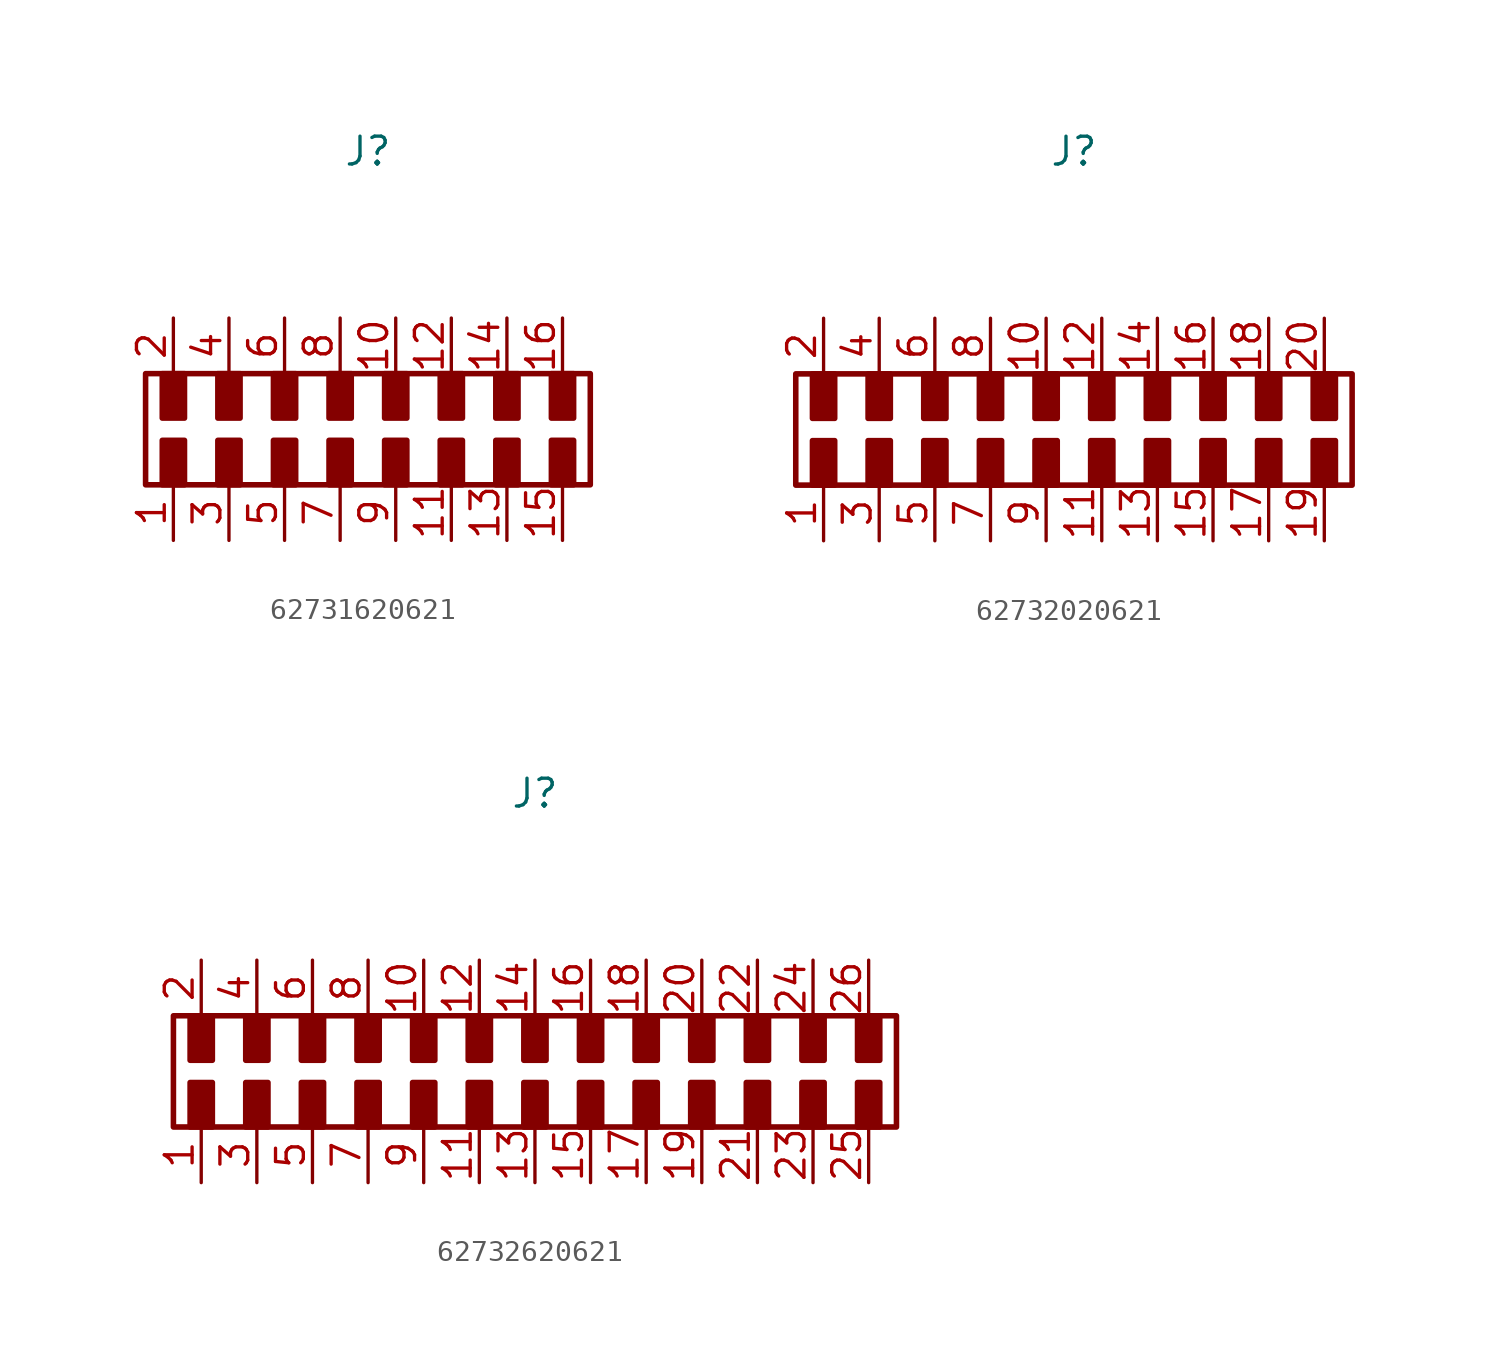
<source format=kicad_sym>
(kicad_symbol_lib
  (version 20241209)
  (generator "kicad_symbol_editor")
  (generator_version "9.0")
  (symbol "62731620621"
    (pin_names
      (hide yes))
    (property "Reference" "J"
      (at 0 12.7 0)
      (effects (font (size 1.27 1.27))))
    (symbol "62731620621_1_1"
      (rectangle (start -10.16 2.54) (end 10.16 -2.54) (stroke (width 0.254) (type solid)) (fill (type none)))
      (rectangle (start -9.398 2.54) (end -8.382 0.508) (stroke (width 0.254) (type solid)) (fill (type outline)))
      (rectangle (start -9.398 -0.508) (end -8.382 -2.54) (stroke (width 0.254) (type solid)) (fill (type outline)))
      (rectangle (start -6.858 2.54) (end -5.842 0.508) (stroke (width 0.254) (type solid)) (fill (type outline)))
      (rectangle (start -6.858 -0.508) (end -5.842 -2.54) (stroke (width 0.254) (type solid)) (fill (type outline)))
      (rectangle (start -4.318 2.54) (end -3.302 0.508) (stroke (width 0.254) (type solid)) (fill (type outline)))
      (rectangle (start -4.318 -0.508) (end -3.302 -2.54) (stroke (width 0.254) (type solid)) (fill (type outline)))
      (rectangle (start -1.778 2.54) (end -0.762 0.508) (stroke (width 0.254) (type solid)) (fill (type outline)))
      (rectangle (start -1.778 -0.508) (end -0.762 -2.54) (stroke (width 0.254) (type solid)) (fill (type outline)))
      (rectangle (start 0.762 2.54) (end 1.778 0.508) (stroke (width 0.254) (type solid)) (fill (type outline)))
      (rectangle (start 0.762 -0.508) (end 1.778 -2.54) (stroke (width 0.254) (type solid)) (fill (type outline)))
      (rectangle (start 3.302 2.54) (end 4.318 0.508) (stroke (width 0.254) (type solid)) (fill (type outline)))
      (rectangle (start 3.302 -0.508) (end 4.318 -2.54) (stroke (width 0.254) (type solid)) (fill (type outline)))
      (rectangle (start 5.842 2.54) (end 6.858 0.508) (stroke (width 0.254) (type solid)) (fill (type outline)))
      (rectangle (start 5.842 -0.508) (end 6.858 -2.54) (stroke (width 0.254) (type solid)) (fill (type outline)))
      (rectangle (start 8.382 2.54) (end 9.398 0.508) (stroke (width 0.254) (type solid)) (fill (type outline)))
      (rectangle (start 8.382 -0.508) (end 9.398 -2.54) (stroke (width 0.254) (type solid)) (fill (type outline)))
      (pin passive line (at -8.89 5.08 270) (length 2.54) (name "2" (effects (font (size 1.27 1.27)))) (number "2" (effects (font (size 1.27 1.27)))))
      (pin passive line (at -8.89 -5.08 90) (length 2.54) (name "1" (effects (font (size 1.27 1.27)))) (number "1" (effects (font (size 1.27 1.27)))))
      (pin passive line (at -6.35 5.08 270) (length 2.54) (name "4" (effects (font (size 1.27 1.27)))) (number "4" (effects (font (size 1.27 1.27)))))
      (pin passive line (at -6.35 -5.08 90) (length 2.54) (name "3" (effects (font (size 1.27 1.27)))) (number "3" (effects (font (size 1.27 1.27)))))
      (pin passive line (at -3.81 5.08 270) (length 2.54) (name "6" (effects (font (size 1.27 1.27)))) (number "6" (effects (font (size 1.27 1.27)))))
      (pin passive line (at -3.81 -5.08 90) (length 2.54) (name "5" (effects (font (size 1.27 1.27)))) (number "5" (effects (font (size 1.27 1.27)))))
      (pin passive line (at -1.27 5.08 270) (length 2.54) (name "8" (effects (font (size 1.27 1.27)))) (number "8" (effects (font (size 1.27 1.27)))))
      (pin passive line (at -1.27 -5.08 90) (length 2.54) (name "7" (effects (font (size 1.27 1.27)))) (number "7" (effects (font (size 1.27 1.27)))))
      (pin passive line (at 1.27 5.08 270) (length 2.54) (name "10" (effects (font (size 1.27 1.27)))) (number "10" (effects (font (size 1.27 1.27)))))
      (pin passive line (at 1.27 -5.08 90) (length 2.54) (name "9" (effects (font (size 1.27 1.27)))) (number "9" (effects (font (size 1.27 1.27)))))
      (pin passive line (at 3.81 5.08 270) (length 2.54) (name "12" (effects (font (size 1.27 1.27)))) (number "12" (effects (font (size 1.27 1.27)))))
      (pin passive line (at 3.81 -5.08 90) (length 2.54) (name "11" (effects (font (size 1.27 1.27)))) (number "11" (effects (font (size 1.27 1.27)))))
      (pin passive line (at 6.35 5.08 270) (length 2.54) (name "14" (effects (font (size 1.27 1.27)))) (number "14" (effects (font (size 1.27 1.27)))))
      (pin passive line (at 6.35 -5.08 90) (length 2.54) (name "13" (effects (font (size 1.27 1.27)))) (number "13" (effects (font (size 1.27 1.27)))))
      (pin passive line (at 8.89 5.08 270) (length 2.54) (name "16" (effects (font (size 1.27 1.27)))) (number "16" (effects (font (size 1.27 1.27)))))
      (pin passive line (at 8.89 -5.08 90) (length 2.54) (name "15" (effects (font (size 1.27 1.27)))) (number "15" (effects (font (size 1.27 1.27)))))))
  (symbol "62732020621"
    (pin_names
      (hide yes))
    (property "Reference" "J"
      (at 0 12.7 0)
      (effects (font (size 1.27 1.27))))
    (symbol "62732020621_1_1"
      (rectangle (start -12.7 2.54) (end 12.7 -2.54) (stroke (width 0.254) (type solid)) (fill (type none)))
      (rectangle (start -11.938 2.54) (end -10.922 0.508) (stroke (width 0.254) (type solid)) (fill (type outline)))
      (rectangle (start -11.938 -0.508) (end -10.922 -2.54) (stroke (width 0.254) (type solid)) (fill (type outline)))
      (rectangle (start -9.398 2.54) (end -8.382 0.508) (stroke (width 0.254) (type solid)) (fill (type outline)))
      (rectangle (start -9.398 -0.508) (end -8.382 -2.54) (stroke (width 0.254) (type solid)) (fill (type outline)))
      (rectangle (start -6.858 2.54) (end -5.842 0.508) (stroke (width 0.254) (type solid)) (fill (type outline)))
      (rectangle (start -6.858 -0.508) (end -5.842 -2.54) (stroke (width 0.254) (type solid)) (fill (type outline)))
      (rectangle (start -4.318 2.54) (end -3.302 0.508) (stroke (width 0.254) (type solid)) (fill (type outline)))
      (rectangle (start -4.318 -0.508) (end -3.302 -2.54) (stroke (width 0.254) (type solid)) (fill (type outline)))
      (rectangle (start -1.778 2.54) (end -0.762 0.508) (stroke (width 0.254) (type solid)) (fill (type outline)))
      (rectangle (start -1.778 -0.508) (end -0.762 -2.54) (stroke (width 0.254) (type solid)) (fill (type outline)))
      (rectangle (start 0.762 2.54) (end 1.778 0.508) (stroke (width 0.254) (type solid)) (fill (type outline)))
      (rectangle (start 0.762 -0.508) (end 1.778 -2.54) (stroke (width 0.254) (type solid)) (fill (type outline)))
      (rectangle (start 3.302 2.54) (end 4.318 0.508) (stroke (width 0.254) (type solid)) (fill (type outline)))
      (rectangle (start 3.302 -0.508) (end 4.318 -2.54) (stroke (width 0.254) (type solid)) (fill (type outline)))
      (rectangle (start 5.842 2.54) (end 6.858 0.508) (stroke (width 0.254) (type solid)) (fill (type outline)))
      (rectangle (start 5.842 -0.508) (end 6.858 -2.54) (stroke (width 0.254) (type solid)) (fill (type outline)))
      (rectangle (start 8.382 2.54) (end 9.398 0.508) (stroke (width 0.254) (type solid)) (fill (type outline)))
      (rectangle (start 8.382 -0.508) (end 9.398 -2.54) (stroke (width 0.254) (type solid)) (fill (type outline)))
      (rectangle (start 10.922 2.54) (end 11.938 0.508) (stroke (width 0.254) (type solid)) (fill (type outline)))
      (rectangle (start 10.922 -0.508) (end 11.938 -2.54) (stroke (width 0.254) (type solid)) (fill (type outline)))
      (pin passive line (at -11.43 5.08 270) (length 2.54) (name "2" (effects (font (size 1.27 1.27)))) (number "2" (effects (font (size 1.27 1.27)))))
      (pin passive line (at -11.43 -5.08 90) (length 2.54) (name "1" (effects (font (size 1.27 1.27)))) (number "1" (effects (font (size 1.27 1.27)))))
      (pin passive line (at -8.89 5.08 270) (length 2.54) (name "4" (effects (font (size 1.27 1.27)))) (number "4" (effects (font (size 1.27 1.27)))))
      (pin passive line (at -8.89 -5.08 90) (length 2.54) (name "3" (effects (font (size 1.27 1.27)))) (number "3" (effects (font (size 1.27 1.27)))))
      (pin passive line (at -6.35 5.08 270) (length 2.54) (name "6" (effects (font (size 1.27 1.27)))) (number "6" (effects (font (size 1.27 1.27)))))
      (pin passive line (at -6.35 -5.08 90) (length 2.54) (name "5" (effects (font (size 1.27 1.27)))) (number "5" (effects (font (size 1.27 1.27)))))
      (pin passive line (at -3.81 5.08 270) (length 2.54) (name "8" (effects (font (size 1.27 1.27)))) (number "8" (effects (font (size 1.27 1.27)))))
      (pin passive line (at -3.81 -5.08 90) (length 2.54) (name "7" (effects (font (size 1.27 1.27)))) (number "7" (effects (font (size 1.27 1.27)))))
      (pin passive line (at -1.27 5.08 270) (length 2.54) (name "10" (effects (font (size 1.27 1.27)))) (number "10" (effects (font (size 1.27 1.27)))))
      (pin passive line (at -1.27 -5.08 90) (length 2.54) (name "9" (effects (font (size 1.27 1.27)))) (number "9" (effects (font (size 1.27 1.27)))))
      (pin passive line (at 1.27 5.08 270) (length 2.54) (name "12" (effects (font (size 1.27 1.27)))) (number "12" (effects (font (size 1.27 1.27)))))
      (pin passive line (at 1.27 -5.08 90) (length 2.54) (name "11" (effects (font (size 1.27 1.27)))) (number "11" (effects (font (size 1.27 1.27)))))
      (pin passive line (at 3.81 5.08 270) (length 2.54) (name "14" (effects (font (size 1.27 1.27)))) (number "14" (effects (font (size 1.27 1.27)))))
      (pin passive line (at 3.81 -5.08 90) (length 2.54) (name "13" (effects (font (size 1.27 1.27)))) (number "13" (effects (font (size 1.27 1.27)))))
      (pin passive line (at 6.35 5.08 270) (length 2.54) (name "16" (effects (font (size 1.27 1.27)))) (number "16" (effects (font (size 1.27 1.27)))))
      (pin passive line (at 6.35 -5.08 90) (length 2.54) (name "15" (effects (font (size 1.27 1.27)))) (number "15" (effects (font (size 1.27 1.27)))))
      (pin passive line (at 8.89 5.08 270) (length 2.54) (name "18" (effects (font (size 1.27 1.27)))) (number "18" (effects (font (size 1.27 1.27)))))
      (pin passive line (at 8.89 -5.08 90) (length 2.54) (name "17" (effects (font (size 1.27 1.27)))) (number "17" (effects (font (size 1.27 1.27)))))
      (pin passive line (at 11.43 5.08 270) (length 2.54) (name "20" (effects (font (size 1.27 1.27)))) (number "20" (effects (font (size 1.27 1.27)))))
      (pin passive line (at 11.43 -5.08 90) (length 2.54) (name "19" (effects (font (size 1.27 1.27)))) (number "19" (effects (font (size 1.27 1.27)))))))
  (symbol "62732620621"
    (pin_names
      (hide yes))
    (property "Reference" "J"
      (at 0 12.7 0)
      (effects (font (size 1.27 1.27))))
    (symbol "62732620621_1_1"
      (rectangle (start -16.51 2.54) (end 16.51 -2.54) (stroke (width 0.254) (type solid)) (fill (type none)))
      (rectangle (start -15.748 2.54) (end -14.732 0.508) (stroke (width 0.254) (type solid)) (fill (type outline)))
      (rectangle (start -15.748 -0.508) (end -14.732 -2.54) (stroke (width 0.254) (type solid)) (fill (type outline)))
      (rectangle (start -13.208 2.54) (end -12.192 0.508) (stroke (width 0.254) (type solid)) (fill (type outline)))
      (rectangle (start -13.208 -0.508) (end -12.192 -2.54) (stroke (width 0.254) (type solid)) (fill (type outline)))
      (rectangle (start -10.668 2.54) (end -9.652 0.508) (stroke (width 0.254) (type solid)) (fill (type outline)))
      (rectangle (start -10.668 -0.508) (end -9.652 -2.54) (stroke (width 0.254) (type solid)) (fill (type outline)))
      (rectangle (start -8.128 2.54) (end -7.112 0.508) (stroke (width 0.254) (type solid)) (fill (type outline)))
      (rectangle (start -8.128 -0.508) (end -7.112 -2.54) (stroke (width 0.254) (type solid)) (fill (type outline)))
      (rectangle (start -5.588 2.54) (end -4.572 0.508) (stroke (width 0.254) (type solid)) (fill (type outline)))
      (rectangle (start -5.588 -0.508) (end -4.572 -2.54) (stroke (width 0.254) (type solid)) (fill (type outline)))
      (rectangle (start -3.048 2.54) (end -2.032 0.508) (stroke (width 0.254) (type solid)) (fill (type outline)))
      (rectangle (start -3.048 -0.508) (end -2.032 -2.54) (stroke (width 0.254) (type solid)) (fill (type outline)))
      (rectangle (start -0.508 2.54) (end 0.508 0.508) (stroke (width 0.254) (type solid)) (fill (type outline)))
      (rectangle (start -0.508 -0.508) (end 0.508 -2.54) (stroke (width 0.254) (type solid)) (fill (type outline)))
      (rectangle (start 2.032 2.54) (end 3.048 0.508) (stroke (width 0.254) (type solid)) (fill (type outline)))
      (rectangle (start 2.032 -0.508) (end 3.048 -2.54) (stroke (width 0.254) (type solid)) (fill (type outline)))
      (rectangle (start 4.572 2.54) (end 5.588 0.508) (stroke (width 0.254) (type solid)) (fill (type outline)))
      (rectangle (start 4.572 -0.508) (end 5.588 -2.54) (stroke (width 0.254) (type solid)) (fill (type outline)))
      (rectangle (start 7.112 2.54) (end 8.128 0.508) (stroke (width 0.254) (type solid)) (fill (type outline)))
      (rectangle (start 7.112 -0.508) (end 8.128 -2.54) (stroke (width 0.254) (type solid)) (fill (type outline)))
      (rectangle (start 9.652 2.54) (end 10.668 0.508) (stroke (width 0.254) (type solid)) (fill (type outline)))
      (rectangle (start 9.652 -0.508) (end 10.668 -2.54) (stroke (width 0.254) (type solid)) (fill (type outline)))
      (rectangle (start 12.192 2.54) (end 13.208 0.508) (stroke (width 0.254) (type solid)) (fill (type outline)))
      (rectangle (start 12.192 -0.508) (end 13.208 -2.54) (stroke (width 0.254) (type solid)) (fill (type outline)))
      (rectangle (start 14.732 2.54) (end 15.748 0.508) (stroke (width 0.254) (type solid)) (fill (type outline)))
      (rectangle (start 14.732 -0.508) (end 15.748 -2.54) (stroke (width 0.254) (type solid)) (fill (type outline)))
      (pin passive line (at -15.24 5.08 270) (length 2.54) (name "2" (effects (font (size 1.27 1.27)))) (number "2" (effects (font (size 1.27 1.27)))))
      (pin passive line (at -15.24 -5.08 90) (length 2.54) (name "1" (effects (font (size 1.27 1.27)))) (number "1" (effects (font (size 1.27 1.27)))))
      (pin passive line (at -12.7 5.08 270) (length 2.54) (name "4" (effects (font (size 1.27 1.27)))) (number "4" (effects (font (size 1.27 1.27)))))
      (pin passive line (at -12.7 -5.08 90) (length 2.54) (name "3" (effects (font (size 1.27 1.27)))) (number "3" (effects (font (size 1.27 1.27)))))
      (pin passive line (at -10.16 5.08 270) (length 2.54) (name "6" (effects (font (size 1.27 1.27)))) (number "6" (effects (font (size 1.27 1.27)))))
      (pin passive line (at -10.16 -5.08 90) (length 2.54) (name "5" (effects (font (size 1.27 1.27)))) (number "5" (effects (font (size 1.27 1.27)))))
      (pin passive line (at -7.62 5.08 270) (length 2.54) (name "8" (effects (font (size 1.27 1.27)))) (number "8" (effects (font (size 1.27 1.27)))))
      (pin passive line (at -7.62 -5.08 90) (length 2.54) (name "7" (effects (font (size 1.27 1.27)))) (number "7" (effects (font (size 1.27 1.27)))))
      (pin passive line (at -5.08 5.08 270) (length 2.54) (name "10" (effects (font (size 1.27 1.27)))) (number "10" (effects (font (size 1.27 1.27)))))
      (pin passive line (at -5.08 -5.08 90) (length 2.54) (name "9" (effects (font (size 1.27 1.27)))) (number "9" (effects (font (size 1.27 1.27)))))
      (pin passive line (at -2.54 5.08 270) (length 2.54) (name "12" (effects (font (size 1.27 1.27)))) (number "12" (effects (font (size 1.27 1.27)))))
      (pin passive line (at -2.54 -5.08 90) (length 2.54) (name "11" (effects (font (size 1.27 1.27)))) (number "11" (effects (font (size 1.27 1.27)))))
      (pin passive line (at 0 5.08 270) (length 2.54) (name "14" (effects (font (size 1.27 1.27)))) (number "14" (effects (font (size 1.27 1.27)))))
      (pin passive line (at 0 -5.08 90) (length 2.54) (name "13" (effects (font (size 1.27 1.27)))) (number "13" (effects (font (size 1.27 1.27)))))
      (pin passive line (at 2.54 5.08 270) (length 2.54) (name "16" (effects (font (size 1.27 1.27)))) (number "16" (effects (font (size 1.27 1.27)))))
      (pin passive line (at 2.54 -5.08 90) (length 2.54) (name "15" (effects (font (size 1.27 1.27)))) (number "15" (effects (font (size 1.27 1.27)))))
      (pin passive line (at 5.08 5.08 270) (length 2.54) (name "18" (effects (font (size 1.27 1.27)))) (number "18" (effects (font (size 1.27 1.27)))))
      (pin passive line (at 5.08 -5.08 90) (length 2.54) (name "17" (effects (font (size 1.27 1.27)))) (number "17" (effects (font (size 1.27 1.27)))))
      (pin passive line (at 7.62 5.08 270) (length 2.54) (name "20" (effects (font (size 1.27 1.27)))) (number "20" (effects (font (size 1.27 1.27)))))
      (pin passive line (at 7.62 -5.08 90) (length 2.54) (name "19" (effects (font (size 1.27 1.27)))) (number "19" (effects (font (size 1.27 1.27)))))
      (pin passive line (at 10.16 5.08 270) (length 2.54) (name "22" (effects (font (size 1.27 1.27)))) (number "22" (effects (font (size 1.27 1.27)))))
      (pin passive line (at 10.16 -5.08 90) (length 2.54) (name "21" (effects (font (size 1.27 1.27)))) (number "21" (effects (font (size 1.27 1.27)))))
      (pin passive line (at 12.7 5.08 270) (length 2.54) (name "24" (effects (font (size 1.27 1.27)))) (number "24" (effects (font (size 1.27 1.27)))))
      (pin passive line (at 12.7 -5.08 90) (length 2.54) (name "23" (effects (font (size 1.27 1.27)))) (number "23" (effects (font (size 1.27 1.27)))))
      (pin passive line (at 15.24 5.08 270) (length 2.54) (name "26" (effects (font (size 1.27 1.27)))) (number "26" (effects (font (size 1.27 1.27)))))
      (pin passive line (at 15.24 -5.08 90) (length 2.54) (name "25" (effects (font (size 1.27 1.27)))) (number "25" (effects (font (size 1.27 1.27))))))))
</source>
